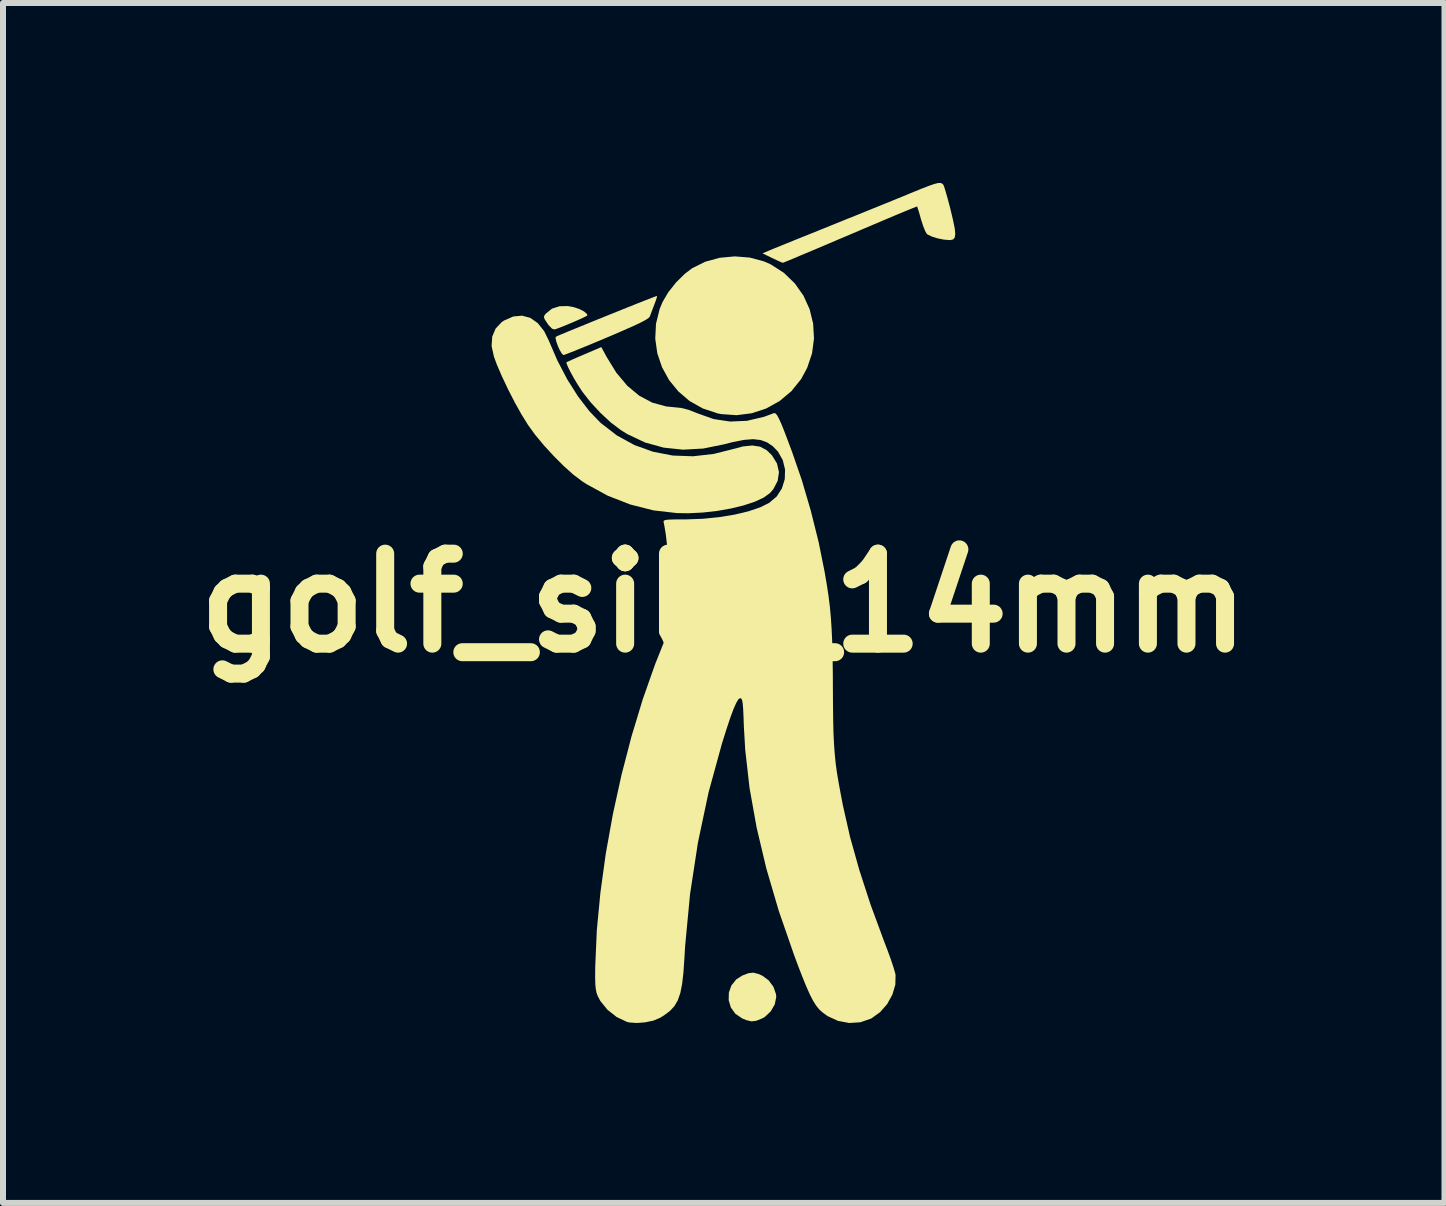
<source format=kicad_pcb>
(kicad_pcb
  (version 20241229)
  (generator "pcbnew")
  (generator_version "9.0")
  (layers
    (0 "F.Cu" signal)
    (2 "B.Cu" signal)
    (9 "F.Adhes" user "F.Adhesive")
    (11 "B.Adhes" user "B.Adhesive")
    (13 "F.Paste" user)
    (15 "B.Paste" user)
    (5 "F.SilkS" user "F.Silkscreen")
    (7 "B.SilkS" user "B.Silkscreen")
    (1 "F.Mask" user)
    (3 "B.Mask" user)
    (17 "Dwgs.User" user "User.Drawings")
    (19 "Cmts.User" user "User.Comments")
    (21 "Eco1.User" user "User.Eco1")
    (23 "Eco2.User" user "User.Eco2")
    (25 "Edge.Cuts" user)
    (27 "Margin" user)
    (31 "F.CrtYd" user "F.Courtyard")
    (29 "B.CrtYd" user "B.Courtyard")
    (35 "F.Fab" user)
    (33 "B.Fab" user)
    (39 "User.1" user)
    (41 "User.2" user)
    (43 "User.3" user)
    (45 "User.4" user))
  (footprint "golf_silk_14mm"
    (layer "F.Cu")
    (at 9.014 7.001)
    (property "Reference" "golf_silk_14mm" (at 0 0 0) (layer "F.SilkS") (effects (font (size 1.5 1.5) (thickness 0.3))))
    (attr board_only exclude_from_pos_files exclude_from_bom)
    (fp_poly (pts (xy -2.503 -4.932) (xy -2.407 -4.9) (xy -2.328 -4.859) (xy -2.28 -4.817) (xy -2.272 -4.795) (xy -2.295 -4.779) (xy -2.358 -4.748) (xy -2.447 -4.708) (xy -2.55 -4.664) (xy -2.656 -4.62) (xy -2.752 -4.582) (xy -2.819 -4.559) (xy -2.862 -4.572) (xy -2.919 -4.631) (xy -2.937 -4.657) (xy -2.982 -4.724) (xy -2.998 -4.765) (xy -2.987 -4.796) (xy -2.965 -4.823) (xy -2.862 -4.906) (xy -2.736 -4.946) (xy -2.601 -4.949)) (stroke (width 0) (type solid)) (fill yes) (layer "F.SilkS"))
    (fp_poly (pts (xy 0.579 6.185) (xy 0.643 6.213) (xy 0.749 6.291) (xy 0.829 6.399) (xy 0.872 6.522) (xy 0.876 6.569) (xy 0.851 6.692) (xy 0.784 6.808) (xy 0.687 6.9) (xy 0.643 6.925) (xy 0.544 6.965) (xy 0.463 6.975) (xy 0.376 6.954) (xy 0.308 6.926) (xy 0.194 6.848) (xy 0.119 6.743) (xy 0.083 6.622) (xy 0.086 6.496) (xy 0.128 6.377) (xy 0.21 6.275) (xy 0.308 6.212) (xy 0.412 6.172) (xy 0.494 6.163)) (stroke (width 0) (type solid)) (fill yes) (layer "F.SilkS"))
    (fp_poly (pts (xy 0.436 -5.757) (xy 0.673 -5.693) (xy 0.782 -5.645) (xy 1.003 -5.503) (xy 1.186 -5.326) (xy 1.33 -5.122) (xy 1.432 -4.897) (xy 1.491 -4.657) (xy 1.505 -4.409) (xy 1.473 -4.161) (xy 1.391 -3.918) (xy 1.292 -3.734) (xy 1.129 -3.531) (xy 0.932 -3.366) (xy 0.71 -3.242) (xy 0.468 -3.162) (xy 0.215 -3.13) (xy -0.041 -3.148) (xy -0.102 -3.16) (xy -0.349 -3.242) (xy -0.569 -3.366) (xy -0.757 -3.527) (xy -0.912 -3.717) (xy -1.029 -3.931) (xy -1.107 -4.162) (xy -1.141 -4.405) (xy -1.129 -4.652) (xy -1.068 -4.899) (xy -1.02 -5.016) (xy -0.924 -5.179) (xy -0.794 -5.343) (xy -0.647 -5.488) (xy -0.527 -5.579) (xy -0.308 -5.688) (xy -0.066 -5.754) (xy 0.186 -5.777)) (stroke (width 0) (type solid)) (fill yes) (layer "F.SilkS"))
    (fp_poly (pts (xy -1.114 -5.095) (xy -1.133 -5.036) (xy -1.156 -4.975) (xy -1.191 -4.884) (xy -1.22 -4.806) (xy -1.232 -4.774) (xy -1.253 -4.75) (xy -1.303 -4.717) (xy -1.386 -4.673) (xy -1.507 -4.616) (xy -1.67 -4.544) (xy -1.878 -4.454) (xy -1.947 -4.425) (xy -2.13 -4.348) (xy -2.297 -4.279) (xy -2.442 -4.22) (xy -2.557 -4.174) (xy -2.635 -4.144) (xy -2.671 -4.132) (xy -2.672 -4.132) (xy -2.698 -4.156) (xy -2.734 -4.216) (xy -2.761 -4.275) (xy -2.79 -4.355) (xy -2.803 -4.415) (xy -2.799 -4.436) (xy -2.771 -4.45) (xy -2.699 -4.481) (xy -2.591 -4.526) (xy -2.454 -4.582) (xy -2.295 -4.647) (xy -2.122 -4.718) (xy -1.943 -4.79) (xy -1.764 -4.862) (xy -1.593 -4.931) (xy -1.437 -4.993) (xy -1.303 -5.046) (xy -1.2 -5.086) (xy -1.133 -5.111) (xy -1.112 -5.118)) (stroke (width 0) (type solid)) (fill yes) (layer "F.SilkS"))
    (fp_poly (pts (xy -3.224 -4.752) (xy -3.1 -4.665) (xy -2.993 -4.531) (xy -2.916 -4.374) (xy -2.772 -4.04) (xy -2.608 -3.727) (xy -2.428 -3.442) (xy -2.238 -3.195) (xy -2.051 -3.001) (xy -1.782 -2.793) (xy -1.489 -2.632) (xy -1.176 -2.52) (xy -0.849 -2.457) (xy -0.511 -2.445) (xy -0.167 -2.484) (xy 0.128 -2.558) (xy 0.32 -2.609) (xy 0.477 -2.625) (xy 0.606 -2.605) (xy 0.715 -2.548) (xy 0.803 -2.463) (xy 0.888 -2.325) (xy 0.921 -2.181) (xy 0.9 -2.036) (xy 0.828 -1.898) (xy 0.77 -1.831) (xy 0.668 -1.757) (xy 0.52 -1.688) (xy 0.335 -1.627) (xy 0.123 -1.575) (xy -0.109 -1.534) (xy -0.349 -1.507) (xy -0.591 -1.495) (xy -0.78 -1.498) (xy -1.171 -1.543) (xy -1.557 -1.641) (xy -1.932 -1.787) (xy -2.287 -1.981) (xy -2.361 -2.029) (xy -2.504 -2.137) (xy -2.664 -2.28) (xy -2.831 -2.447) (xy -2.995 -2.625) (xy -3.143 -2.803) (xy -3.264 -2.97) (xy -3.265 -2.972) (xy -3.371 -3.143) (xy -3.484 -3.345) (xy -3.595 -3.562) (xy -3.697 -3.777) (xy -3.782 -3.975) (xy -3.83 -4.104) (xy -3.869 -4.281) (xy -3.859 -4.439) (xy -3.802 -4.574) (xy -3.7 -4.682) (xy -3.661 -4.708) (xy -3.508 -4.775) (xy -3.361 -4.789)) (stroke (width 0) (type solid)) (fill yes) (layer "F.SilkS"))
    (fp_poly (pts (xy 3.644 -6.989) (xy 3.66 -6.973) (xy 3.676 -6.935) (xy 3.701 -6.854) (xy 3.733 -6.741) (xy 3.769 -6.606) (xy 3.785 -6.543) (xy 3.826 -6.368) (xy 3.852 -6.24) (xy 3.86 -6.15) (xy 3.852 -6.093) (xy 3.827 -6.061) (xy 3.784 -6.05) (xy 3.764 -6.049) (xy 3.666 -6.057) (xy 3.56 -6.079) (xy 3.464 -6.11) (xy 3.397 -6.143) (xy 3.385 -6.153) (xy 3.358 -6.201) (xy 3.324 -6.286) (xy 3.291 -6.389) (xy 3.287 -6.402) (xy 3.26 -6.499) (xy 3.237 -6.572) (xy 3.225 -6.608) (xy 3.224 -6.61) (xy 3.198 -6.6) (xy 3.127 -6.572) (xy 3.015 -6.526) (xy 2.869 -6.465) (xy 2.693 -6.391) (xy 2.493 -6.306) (xy 2.272 -6.212) (xy 2.108 -6.142) (xy 1.876 -6.044) (xy 1.661 -5.952) (xy 1.466 -5.87) (xy 1.297 -5.799) (xy 1.16 -5.741) (xy 1.059 -5.699) (xy 0.999 -5.675) (xy 0.985 -5.67) (xy 0.956 -5.681) (xy 0.891 -5.71) (xy 0.809 -5.749) (xy 0.647 -5.828) (xy 0.768 -5.879) (xy 0.822 -5.902) (xy 0.92 -5.941) (xy 1.054 -5.996) (xy 1.22 -6.063) (xy 1.409 -6.139) (xy 1.615 -6.222) (xy 1.793 -6.294) (xy 2.025 -6.388) (xy 2.262 -6.483) (xy 2.493 -6.577) (xy 2.708 -6.664) (xy 2.897 -6.741) (xy 3.051 -6.804) (xy 3.118 -6.832) (xy 3.289 -6.902) (xy 3.418 -6.952) (xy 3.51 -6.984) (xy 3.574 -7) (xy 3.616 -7.001)) (stroke (width 0) (type solid)) (fill yes) (layer "F.SilkS"))
    (fp_poly (pts (xy -1.955 -4.107) (xy -1.79 -3.838) (xy -1.607 -3.62) (xy -1.407 -3.454) (xy -1.191 -3.339) (xy -0.96 -3.276) (xy -0.852 -3.265) (xy -0.711 -3.251) (xy -0.587 -3.22) (xy -0.449 -3.166) (xy -0.438 -3.161) (xy -0.167 -3.065) (xy 0.108 -3.024) (xy 0.387 -3.036) (xy 0.673 -3.103) (xy 0.828 -3.161) (xy 0.848 -3.165) (xy 0.869 -3.155) (xy 0.892 -3.126) (xy 0.921 -3.072) (xy 0.959 -2.989) (xy 1.007 -2.87) (xy 1.068 -2.709) (xy 1.138 -2.523) (xy 1.303 -2.045) (xy 1.453 -1.534) (xy 1.583 -1.012) (xy 1.682 -0.52) (xy 1.717 -0.315) (xy 1.746 -0.126) (xy 1.769 0.056) (xy 1.786 0.239) (xy 1.799 0.435) (xy 1.809 0.65) (xy 1.815 0.896) (xy 1.819 1.181) (xy 1.82 1.41) (xy 1.822 1.704) (xy 1.825 1.953) (xy 1.83 2.165) (xy 1.839 2.351) (xy 1.851 2.518) (xy 1.867 2.678) (xy 1.889 2.838) (xy 1.918 3.008) (xy 1.953 3.198) (xy 1.988 3.379) (xy 2.106 3.9) (xy 2.261 4.453) (xy 2.449 5.031) (xy 2.669 5.628) (xy 2.673 5.638) (xy 2.732 5.793) (xy 2.785 5.938) (xy 2.827 6.064) (xy 2.855 6.158) (xy 2.865 6.201) (xy 2.861 6.364) (xy 2.812 6.529) (xy 2.725 6.687) (xy 2.606 6.822) (xy 2.463 6.925) (xy 2.453 6.93) (xy 2.278 6.99) (xy 2.092 7.002) (xy 1.906 6.967) (xy 1.733 6.888) (xy 1.642 6.822) (xy 1.59 6.773) (xy 1.541 6.713) (xy 1.493 6.636) (xy 1.441 6.537) (xy 1.383 6.408) (xy 1.316 6.245) (xy 1.237 6.041) (xy 1.169 5.857) (xy 0.918 5.133) (xy 0.711 4.428) (xy 0.549 3.745) (xy 0.431 3.086) (xy 0.359 2.452) (xy 0.336 2.06) (xy 0.33 1.887) (xy 0.324 1.763) (xy 0.317 1.678) (xy 0.308 1.625) (xy 0.296 1.598) (xy 0.281 1.588) (xy 0.273 1.587) (xy 0.245 1.606) (xy 0.21 1.664) (xy 0.166 1.763) (xy 0.112 1.907) (xy 0.048 2.099) (xy -0.028 2.34) (xy -0.252 3.156) (xy -0.43 3.997) (xy -0.561 4.854) (xy -0.643 5.72) (xy -0.655 5.921) (xy -0.671 6.159) (xy -0.693 6.35) (xy -0.723 6.502) (xy -0.765 6.623) (xy -0.821 6.72) (xy -0.896 6.801) (xy -0.993 6.874) (xy -1.063 6.917) (xy -1.171 6.962) (xy -1.308 6.991) (xy -1.451 7.002) (xy -1.576 6.993) (xy -1.615 6.983) (xy -1.785 6.902) (xy -1.937 6.782) (xy -2.056 6.636) (xy -2.099 6.555) (xy -2.119 6.502) (xy -2.132 6.439) (xy -2.14 6.357) (xy -2.143 6.244) (xy -2.142 6.09) (xy -2.141 6.049) (xy -2.115 5.454) (xy -2.055 4.827) (xy -1.966 4.18) (xy -1.848 3.524) (xy -1.704 2.868) (xy -1.537 2.225) (xy -1.349 1.605) (xy -1.142 1.018) (xy -0.999 0.66) (xy -0.871 0.357) (xy -0.9 -0.28) (xy -0.915 -0.56) (xy -0.93 -0.793) (xy -0.947 -0.984) (xy -0.965 -1.143) (xy -0.987 -1.274) (xy -0.999 -1.333) (xy -1.003 -1.356) (xy -0.996 -1.372) (xy -0.971 -1.383) (xy -0.919 -1.389) (xy -0.833 -1.392) (xy -0.704 -1.393) (xy -0.623 -1.393) (xy -0.348 -1.403) (xy -0.078 -1.43) (xy 0.179 -1.472) (xy 0.41 -1.527) (xy 0.608 -1.594) (xy 0.756 -1.667) (xy 0.884 -1.775) (xy 0.971 -1.911) (xy 1.018 -2.063) (xy 1.023 -2.223) (xy 0.985 -2.38) (xy 0.905 -2.522) (xy 0.821 -2.61) (xy 0.724 -2.676) (xy 0.616 -2.716) (xy 0.49 -2.73) (xy 0.337 -2.718) (xy 0.149 -2.681) (xy 0.009 -2.645) (xy -0.34 -2.574) (xy -0.677 -2.555) (xy -1.001 -2.589) (xy -1.311 -2.675) (xy -1.604 -2.813) (xy -1.718 -2.884) (xy -1.883 -3.009) (xy -2.054 -3.168) (xy -2.217 -3.343) (xy -2.355 -3.519) (xy -2.372 -3.545) (xy -2.435 -3.642) (xy -2.497 -3.746) (xy -2.552 -3.846) (xy -2.595 -3.932) (xy -2.619 -3.99) (xy -2.622 -4.011) (xy -2.594 -4.025) (xy -2.527 -4.056) (xy -2.43 -4.098) (xy -2.326 -4.143) (xy -2.04 -4.265)) (stroke (width 0) (type solid)) (fill yes) (layer "F.SilkS")))
  (gr_rect
    (start -3 -3)
    (end 21.029 17.003)
    (stroke (width 0.1) (type default))
    (fill no)
    (layer "Edge.Cuts")))
</source>
